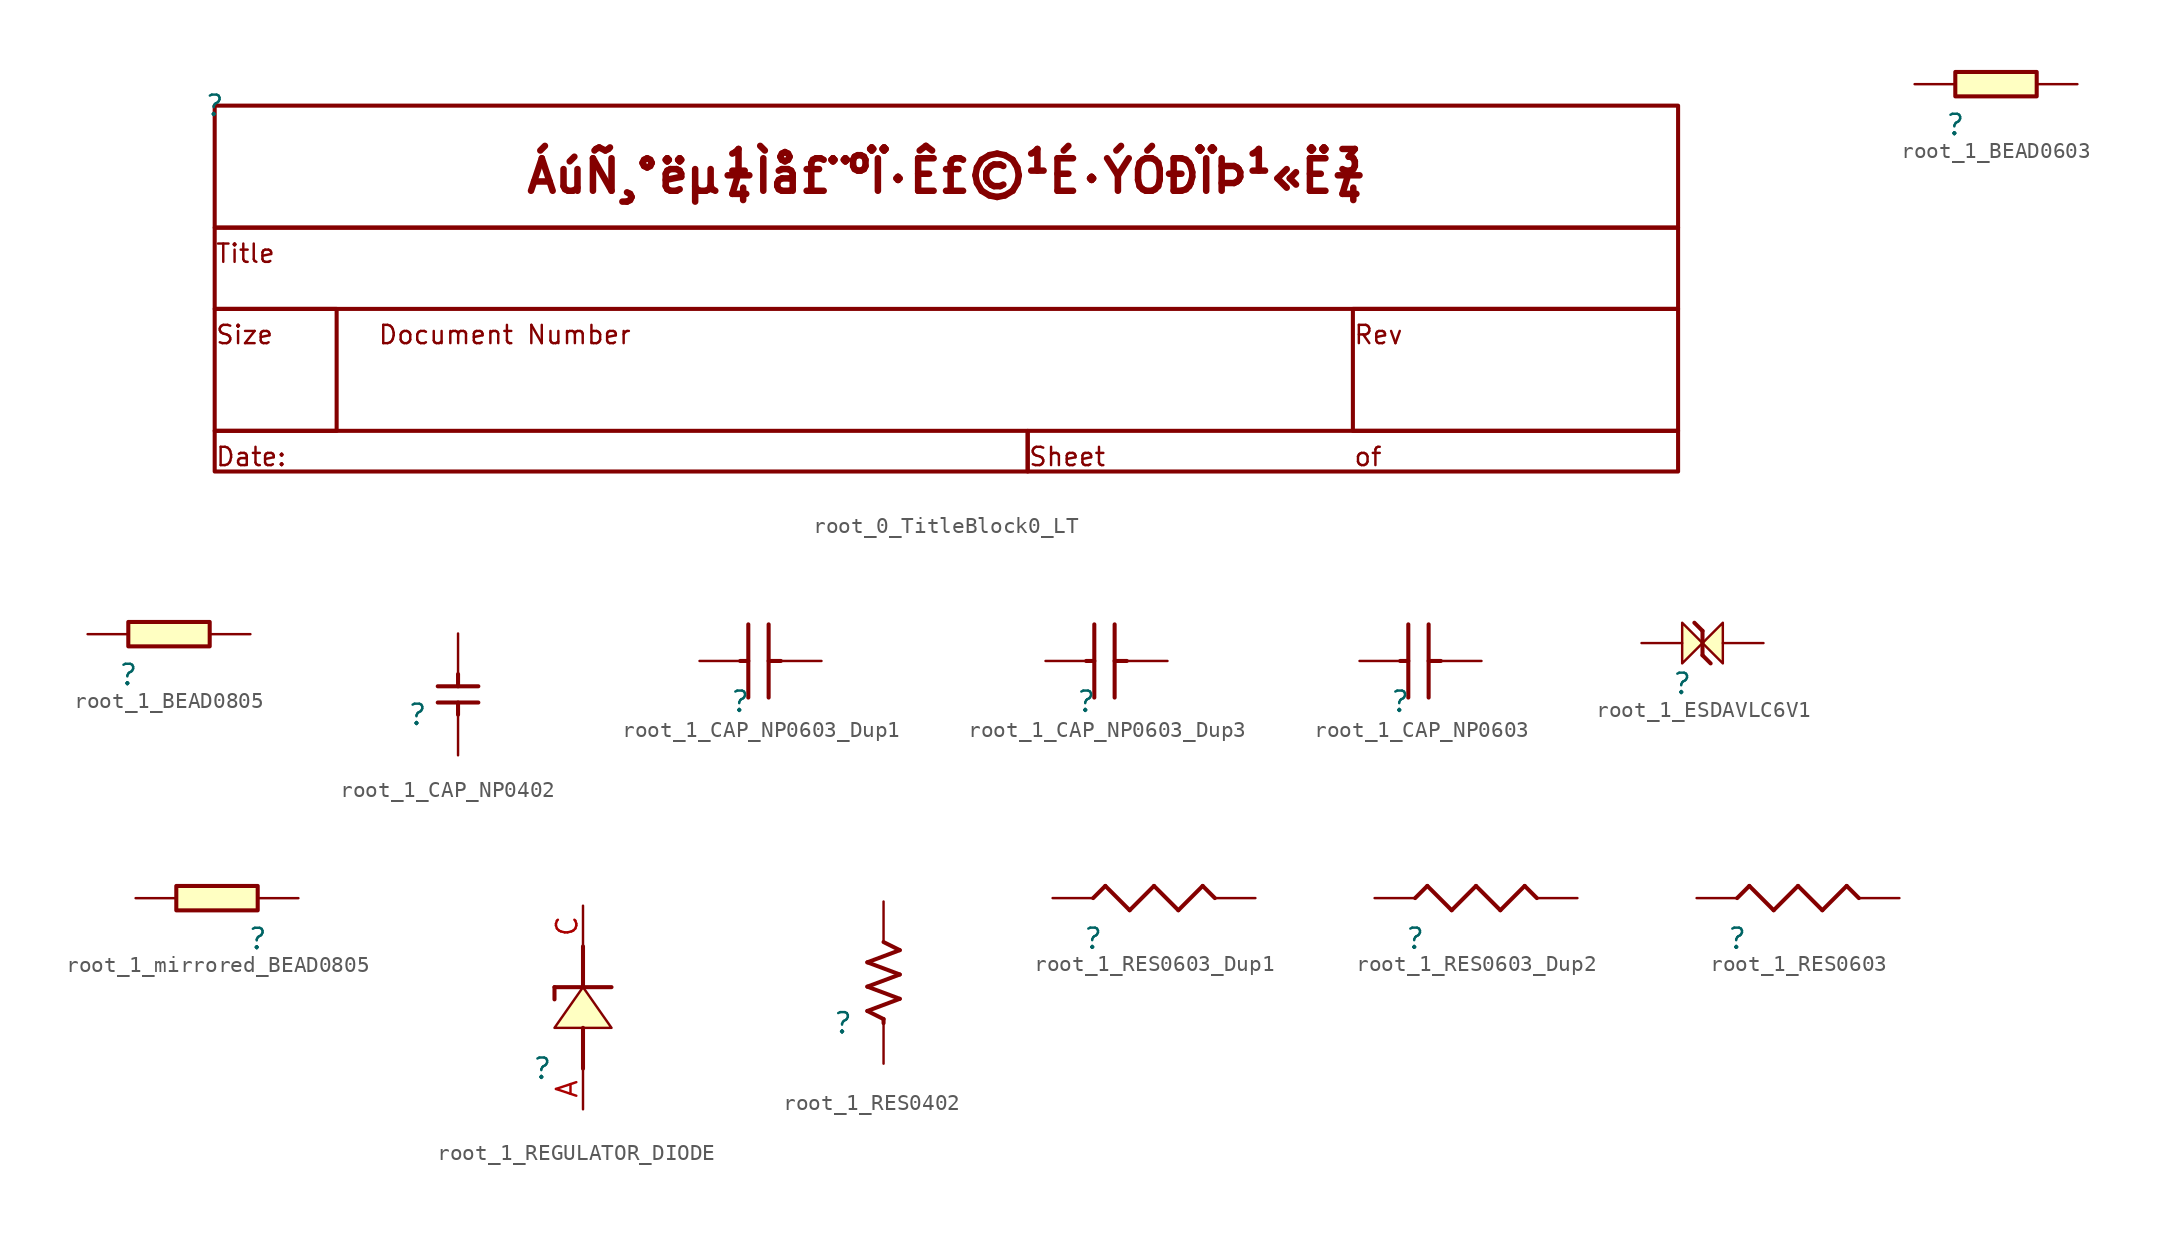
<source format=kicad_sym>
(kicad_symbol_lib
  (version 20220914)
  (generator kicad_symbol_editor)
  (symbol "root_0_TitleBlock0_LT"
    (property "Reference" ""
      (at 0 0 0)
      (effects (font (size 1.27 1.27))))
    (property "Value" ""
      (at 0 0 0)
      (effects (font (size 1.27 1.27))))
    (symbol "root_0_TitleBlock0_LT_1_0"
      (rectangle (start 7.62 -12.7) (end 0 -20.32) (stroke (width 0.254) (type solid)) (fill (type none)))
      (rectangle (start 50.8 -20.32) (end 0 -22.86) (stroke (width 0.254) (type solid)) (fill (type none)))
      (rectangle (start 91.44 -20.32) (end 50.8 -22.86) (stroke (width 0.254) (type solid)) (fill (type none)))
      (rectangle (start 91.44 -12.7) (end 71.12 -20.32) (stroke (width 0.254) (type solid)) (fill (type none)))
      (rectangle (start 91.44 -7.62) (end 0 -12.7) (stroke (width 0.254) (type solid)) (fill (type none)))
      (rectangle (start 91.44 0) (end 0 -7.62) (stroke (width 0.254) (type solid)) (fill (type none)))
      (text "Date:" (at 0 -22.606 0) (effects (font (size 1.143 1.143)) (justify left bottom)))
      (text "Document Number" (at 10.16 -14.986 0) (effects (font (size 1.143 1.143)) (justify left bottom)))
      (text "of" (at 71.12 -22.606 0) (effects (font (size 1.143 1.143)) (justify left bottom)))
      (text "Rev" (at 71.12 -14.986 0) (effects (font (size 1.143 1.143)) (justify left bottom)))
      (text "Sheet" (at 50.8 -22.606 0) (effects (font (size 1.143 1.143)) (justify left bottom)))
      (text "Size" (at 0 -14.986 0) (effects (font (size 1.143 1.143)) (justify left bottom)))
      (text "Title" (at 0 -9.906 0) (effects (font (size 1.143 1.143)) (justify left bottom)))
      (text "ÁúÑ¸°ëµ¼Ìå£¨ºÏ·Ê£©¹É·ÝÓÐÏÞ¹«Ë¾" (at 19.304 -5.588 0) (effects (font (size 2.032 2.032) bold) (justify left bottom)))))
  (symbol "root_1_BEAD0603"
    (property "Reference" ""
      (at 0 0 0)
      (effects (font (size 1.27 1.27))))
    (property "Value" ""
      (at 0 0 0)
      (effects (font (size 1.27 1.27))))
    (symbol "root_1_BEAD0603_1_0"
      (rectangle (start 5.08 3.302) (end 0 1.778) (stroke (width 0.254) (type solid)) (fill (type background)))
      (pin passive line (at -2.54 2.54 0) (length 2.54) (name "1" (effects (font (size 0 0)))) (number "1" (effects (font (size 0 0)))))
      (pin passive line (at 7.62 2.54 180) (length 2.54) (name "2" (effects (font (size 0 0)))) (number "2" (effects (font (size 0 0)))))))
  (symbol "root_1_BEAD0805"
    (property "Reference" ""
      (at 0 0 0)
      (effects (font (size 1.27 1.27))))
    (property "Value" ""
      (at 0 0 0)
      (effects (font (size 1.27 1.27))))
    (symbol "root_1_BEAD0805_1_0"
      (rectangle (start 5.08 3.302) (end 0 1.778) (stroke (width 0.254) (type solid)) (fill (type background)))
      (pin passive line (at -2.54 2.54 0) (length 2.54) (name "1" (effects (font (size 0 0)))) (number "1" (effects (font (size 0 0)))))
      (pin passive line (at 7.62 2.54 180) (length 2.54) (name "2" (effects (font (size 0 0)))) (number "2" (effects (font (size 0 0)))))))
  (symbol "root_1_CAP_NP0402"
    (property "Reference" ""
      (at 0 0 0)
      (effects (font (size 1.27 1.27))))
    (property "Value" ""
      (at 0 0 0)
      (effects (font (size 1.27 1.27))))
    (symbol "root_1_CAP_NP0402_1_0"
      (polyline (pts (xy 1.27 0.762) (xy 3.81 0.762)) (stroke (width 0.254) (type solid)) (fill (type none)))
      (polyline (pts (xy 1.27 1.778) (xy 3.81 1.778)) (stroke (width 0.254) (type solid)) (fill (type none)))
      (polyline (pts (xy 2.54 0) (xy 2.54 0.762)) (stroke (width 0.254) (type solid)) (fill (type none)))
      (polyline (pts (xy 2.54 1.778) (xy 2.54 2.54)) (stroke (width 0.254) (type solid)) (fill (type none)))
      (pin passive line (at 2.54 -2.54 90) (length 2.54) (name "1" (effects (font (size 0 0)))) (number "1" (effects (font (size 0 0)))))
      (pin passive line (at 2.54 5.08 270) (length 2.54) (name "2" (effects (font (size 0 0)))) (number "2" (effects (font (size 0 0)))))))
  (symbol "root_1_CAP_NP0603_Dup1"
    (property "Reference" ""
      (at 0 0 0)
      (effects (font (size 1.27 1.27))))
    (property "Value" ""
      (at 0 0 0)
      (effects (font (size 1.27 1.27))))
    (symbol "root_1_CAP_NP0603_Dup1_1_0"
      (polyline (pts (xy 0 2.54) (xy 0.508 2.54)) (stroke (width 0.254) (type solid)) (fill (type none)))
      (polyline (pts (xy 0.508 0.254) (xy 0.508 4.826)) (stroke (width 0.254) (type solid)) (fill (type none)))
      (polyline (pts (xy 1.778 0.254) (xy 1.778 4.826)) (stroke (width 0.254) (type solid)) (fill (type none)))
      (polyline (pts (xy 2.54 2.54) (xy 1.778 2.54)) (stroke (width 0.254) (type solid)) (fill (type none)))
      (pin passive line (at -2.54 2.54 0) (length 2.54) (name "1" (effects (font (size 0 0)))) (number "1" (effects (font (size 0 0)))))
      (pin passive line (at 5.08 2.54 180) (length 2.54) (name "2" (effects (font (size 0 0)))) (number "2" (effects (font (size 0 0)))))))
  (symbol "root_1_CAP_NP0603_Dup3"
    (property "Reference" ""
      (at 0 0 0)
      (effects (font (size 1.27 1.27))))
    (property "Value" ""
      (at 0 0 0)
      (effects (font (size 1.27 1.27))))
    (symbol "root_1_CAP_NP0603_Dup3_1_0"
      (polyline (pts (xy 0 2.54) (xy 0.508 2.54)) (stroke (width 0.254) (type solid)) (fill (type none)))
      (polyline (pts (xy 0.508 0.254) (xy 0.508 4.826)) (stroke (width 0.254) (type solid)) (fill (type none)))
      (polyline (pts (xy 1.778 0.254) (xy 1.778 4.826)) (stroke (width 0.254) (type solid)) (fill (type none)))
      (polyline (pts (xy 2.54 2.54) (xy 1.778 2.54)) (stroke (width 0.254) (type solid)) (fill (type none)))
      (pin passive line (at -2.54 2.54 0) (length 2.54) (name "1" (effects (font (size 0 0)))) (number "1" (effects (font (size 0 0)))))
      (pin passive line (at 5.08 2.54 180) (length 2.54) (name "2" (effects (font (size 0 0)))) (number "2" (effects (font (size 0 0)))))))
  (symbol "root_1_CAP_NP0603"
    (property "Reference" ""
      (at 0 0 0)
      (effects (font (size 1.27 1.27))))
    (property "Value" ""
      (at 0 0 0)
      (effects (font (size 1.27 1.27))))
    (symbol "root_1_CAP_NP0603_1_0"
      (polyline (pts (xy 0 2.54) (xy 0.508 2.54)) (stroke (width 0.254) (type solid)) (fill (type none)))
      (polyline (pts (xy 0.508 0.254) (xy 0.508 4.826)) (stroke (width 0.254) (type solid)) (fill (type none)))
      (polyline (pts (xy 1.778 0.254) (xy 1.778 4.826)) (stroke (width 0.254) (type solid)) (fill (type none)))
      (polyline (pts (xy 2.54 2.54) (xy 1.778 2.54)) (stroke (width 0.254) (type solid)) (fill (type none)))
      (pin passive line (at -2.54 2.54 0) (length 2.54) (name "1" (effects (font (size 0 0)))) (number "1" (effects (font (size 0 0)))))
      (pin passive line (at 5.08 2.54 180) (length 2.54) (name "2" (effects (font (size 0 0)))) (number "2" (effects (font (size 0 0)))))))
  (symbol "root_1_ESDAVLC6V1"
    (property "Reference" ""
      (at 0 0 0)
      (effects (font (size 1.27 1.27))))
    (property "Value" ""
      (at 0 0 0)
      (effects (font (size 1.27 1.27))))
    (symbol "root_1_ESDAVLC6V1_1_0"
      (polyline (pts (xy 1.27 1.778) (xy 1.27 3.302)) (stroke (width 0.254) (type solid)) (fill (type none)))
      (polyline (pts (xy 1.27 1.778) (xy 1.778 1.27)) (stroke (width 0.254) (type solid)) (fill (type none)))
      (polyline (pts (xy 1.27 3.302) (xy 0.762 3.81)) (stroke (width 0.254) (type solid)) (fill (type none)))
      (polyline (pts (xy 0 1.27) (xy 0 3.81) (xy 1.27 2.54) (xy 0 1.27) (xy 0 1.27)) (stroke (width 0) (type solid)) (fill (type background)))
      (polyline (pts (xy 2.54 1.27) (xy 2.54 3.81) (xy 1.27 2.54) (xy 2.54 1.27) (xy 2.54 1.27)) (stroke (width 0) (type solid)) (fill (type background)))
      (pin passive line (at -2.54 2.54 0) (length 2.54) (name "GATE" (effects (font (size 0 0)))) (number "1" (effects (font (size 0 0)))))
      (pin passive line (at 5.08 2.54 180) (length 2.54) (name "SOURCE" (effects (font (size 0 0)))) (number "2" (effects (font (size 0 0)))))))
  (symbol "root_1_mirrored_BEAD0805"
    (property "Reference" ""
      (at 0 0 0)
      (effects (font (size 1.27 1.27))))
    (property "Value" ""
      (at 0 0 0)
      (effects (font (size 1.27 1.27))))
    (symbol "root_1_mirrored_BEAD0805_1_0"
      (rectangle (start 0 3.302) (end -5.08 1.778) (stroke (width 0.254) (type solid)) (fill (type background)))
      (pin passive line (at 2.54 2.54 180) (length 2.54) (name "1" (effects (font (size 0 0)))) (number "1" (effects (font (size 0 0)))))
      (pin passive line (at -7.62 2.54 0) (length 2.54) (name "2" (effects (font (size 0 0)))) (number "2" (effects (font (size 0 0)))))))
  (symbol "root_1_REGULATOR_DIODE"
    (property "Reference" ""
      (at 0 0 0)
      (effects (font (size 1.27 1.27))))
    (property "Value" ""
      (at 0 0 0)
      (effects (font (size 1.27 1.27))))
    (symbol "root_1_REGULATOR_DIODE_1_0"
      (polyline (pts (xy 0.762 5.08) (xy 0.762 4.318)) (stroke (width 0.254) (type solid)) (fill (type none)))
      (polyline (pts (xy 0.762 5.08) (xy 4.318 5.08)) (stroke (width 0.254) (type solid)) (fill (type none)))
      (polyline (pts (xy 2.54 0) (xy 2.54 2.54)) (stroke (width 0.254) (type solid)) (fill (type none)))
      (polyline (pts (xy 2.54 5.08) (xy 2.54 7.62)) (stroke (width 0.254) (type solid)) (fill (type none)))
      (polyline (pts (xy 2.54 5.08) (xy 2.54 5.08) (xy 4.318 2.54) (xy 0.762 2.54) (xy 2.54 5.08) (xy 2.54 5.08)) (stroke (width 0) (type solid)) (fill (type background)))
      (pin passive line (at 2.54 -2.54 90) (length 2.54) (name "ANODE" (effects (font (size 0 0)))) (number "A" (effects (font (size 1.27 1.27)))))
      (pin passive line (at 2.54 10.16 270) (length 2.54) (name "CATHODE" (effects (font (size 0 0)))) (number "C" (effects (font (size 1.27 1.27)))))))
  (symbol "root_1_RES0402"
    (property "Reference" ""
      (at 0 0 0)
      (effects (font (size 1.27 1.27))))
    (property "Value" ""
      (at 0 0 0)
      (effects (font (size 1.27 1.27))))
    (symbol "root_1_RES0402_1_0"
      (polyline (pts (xy 1.524 0.762) (xy 3.556 1.524)) (stroke (width 0.254) (type solid)) (fill (type none)))
      (polyline (pts (xy 1.524 2.286) (xy 3.556 3.048)) (stroke (width 0.254) (type solid)) (fill (type none)))
      (polyline (pts (xy 1.524 3.81) (xy 3.556 4.572)) (stroke (width 0.254) (type solid)) (fill (type none)))
      (polyline (pts (xy 2.54 0) (xy 2.54 0.254)) (stroke (width 0.254) (type solid)) (fill (type none)))
      (polyline (pts (xy 2.54 0.254) (xy 1.524 0.762)) (stroke (width 0.254) (type solid)) (fill (type none)))
      (polyline (pts (xy 3.556 1.524) (xy 1.524 2.286)) (stroke (width 0.254) (type solid)) (fill (type none)))
      (polyline (pts (xy 3.556 3.048) (xy 1.524 3.81)) (stroke (width 0.254) (type solid)) (fill (type none)))
      (polyline (pts (xy 3.556 4.572) (xy 2.54 5.08)) (stroke (width 0.254) (type solid)) (fill (type none)))
      (pin passive line (at 2.54 -2.54 90) (length 2.54) (name "1" (effects (font (size 0 0)))) (number "1" (effects (font (size 0 0)))))
      (pin passive line (at 2.54 7.62 270) (length 2.54) (name "2" (effects (font (size 0 0)))) (number "2" (effects (font (size 0 0)))))))
  (symbol "root_1_RES0603_Dup1"
    (property "Reference" ""
      (at 0 0 0)
      (effects (font (size 1.27 1.27))))
    (property "Value" ""
      (at 0 0 0)
      (effects (font (size 1.27 1.27))))
    (symbol "root_1_RES0603_Dup1_1_0"
      (polyline (pts (xy 0 2.54) (xy 0.762 3.302)) (stroke (width 0.254) (type solid)) (fill (type none)))
      (polyline (pts (xy 0.762 3.302) (xy 2.286 1.778)) (stroke (width 0.254) (type solid)) (fill (type none)))
      (polyline (pts (xy 2.286 1.778) (xy 3.81 3.302)) (stroke (width 0.254) (type solid)) (fill (type none)))
      (polyline (pts (xy 3.81 3.302) (xy 5.334 1.778)) (stroke (width 0.254) (type solid)) (fill (type none)))
      (polyline (pts (xy 5.334 1.778) (xy 6.858 3.302)) (stroke (width 0.254) (type solid)) (fill (type none)))
      (polyline (pts (xy 6.858 3.302) (xy 7.62 2.54)) (stroke (width 0.254) (type solid)) (fill (type none)))
      (pin passive line (at -2.54 2.54 0) (length 2.54) (name "1" (effects (font (size 0 0)))) (number "1" (effects (font (size 0 0)))))
      (pin passive line (at 10.16 2.54 180) (length 2.54) (name "2" (effects (font (size 0 0)))) (number "2" (effects (font (size 0 0)))))))
  (symbol "root_1_RES0603_Dup2"
    (property "Reference" ""
      (at 0 0 0)
      (effects (font (size 1.27 1.27))))
    (property "Value" ""
      (at 0 0 0)
      (effects (font (size 1.27 1.27))))
    (symbol "root_1_RES0603_Dup2_1_0"
      (polyline (pts (xy 0 2.54) (xy 0.762 3.302)) (stroke (width 0.254) (type solid)) (fill (type none)))
      (polyline (pts (xy 0.762 3.302) (xy 2.286 1.778)) (stroke (width 0.254) (type solid)) (fill (type none)))
      (polyline (pts (xy 2.286 1.778) (xy 3.81 3.302)) (stroke (width 0.254) (type solid)) (fill (type none)))
      (polyline (pts (xy 3.81 3.302) (xy 5.334 1.778)) (stroke (width 0.254) (type solid)) (fill (type none)))
      (polyline (pts (xy 5.334 1.778) (xy 6.858 3.302)) (stroke (width 0.254) (type solid)) (fill (type none)))
      (polyline (pts (xy 6.858 3.302) (xy 7.62 2.54)) (stroke (width 0.254) (type solid)) (fill (type none)))
      (pin passive line (at -2.54 2.54 0) (length 2.54) (name "1" (effects (font (size 0 0)))) (number "1" (effects (font (size 0 0)))))
      (pin passive line (at 10.16 2.54 180) (length 2.54) (name "2" (effects (font (size 0 0)))) (number "2" (effects (font (size 0 0)))))))
  (symbol "root_1_RES0603"
    (property "Reference" ""
      (at 0 0 0)
      (effects (font (size 1.27 1.27))))
    (property "Value" ""
      (at 0 0 0)
      (effects (font (size 1.27 1.27))))
    (symbol "root_1_RES0603_1_0"
      (polyline (pts (xy 0 2.54) (xy 0.762 3.302)) (stroke (width 0.254) (type solid)) (fill (type none)))
      (polyline (pts (xy 0.762 3.302) (xy 2.286 1.778)) (stroke (width 0.254) (type solid)) (fill (type none)))
      (polyline (pts (xy 2.286 1.778) (xy 3.81 3.302)) (stroke (width 0.254) (type solid)) (fill (type none)))
      (polyline (pts (xy 3.81 3.302) (xy 5.334 1.778)) (stroke (width 0.254) (type solid)) (fill (type none)))
      (polyline (pts (xy 5.334 1.778) (xy 6.858 3.302)) (stroke (width 0.254) (type solid)) (fill (type none)))
      (polyline (pts (xy 6.858 3.302) (xy 7.62 2.54)) (stroke (width 0.254) (type solid)) (fill (type none)))
      (pin passive line (at -2.54 2.54 0) (length 2.54) (name "1" (effects (font (size 0 0)))) (number "1" (effects (font (size 0 0)))))
      (pin passive line (at 10.16 2.54 180) (length 2.54) (name "2" (effects (font (size 0 0)))) (number "2" (effects (font (size 0 0))))))))
</source>
